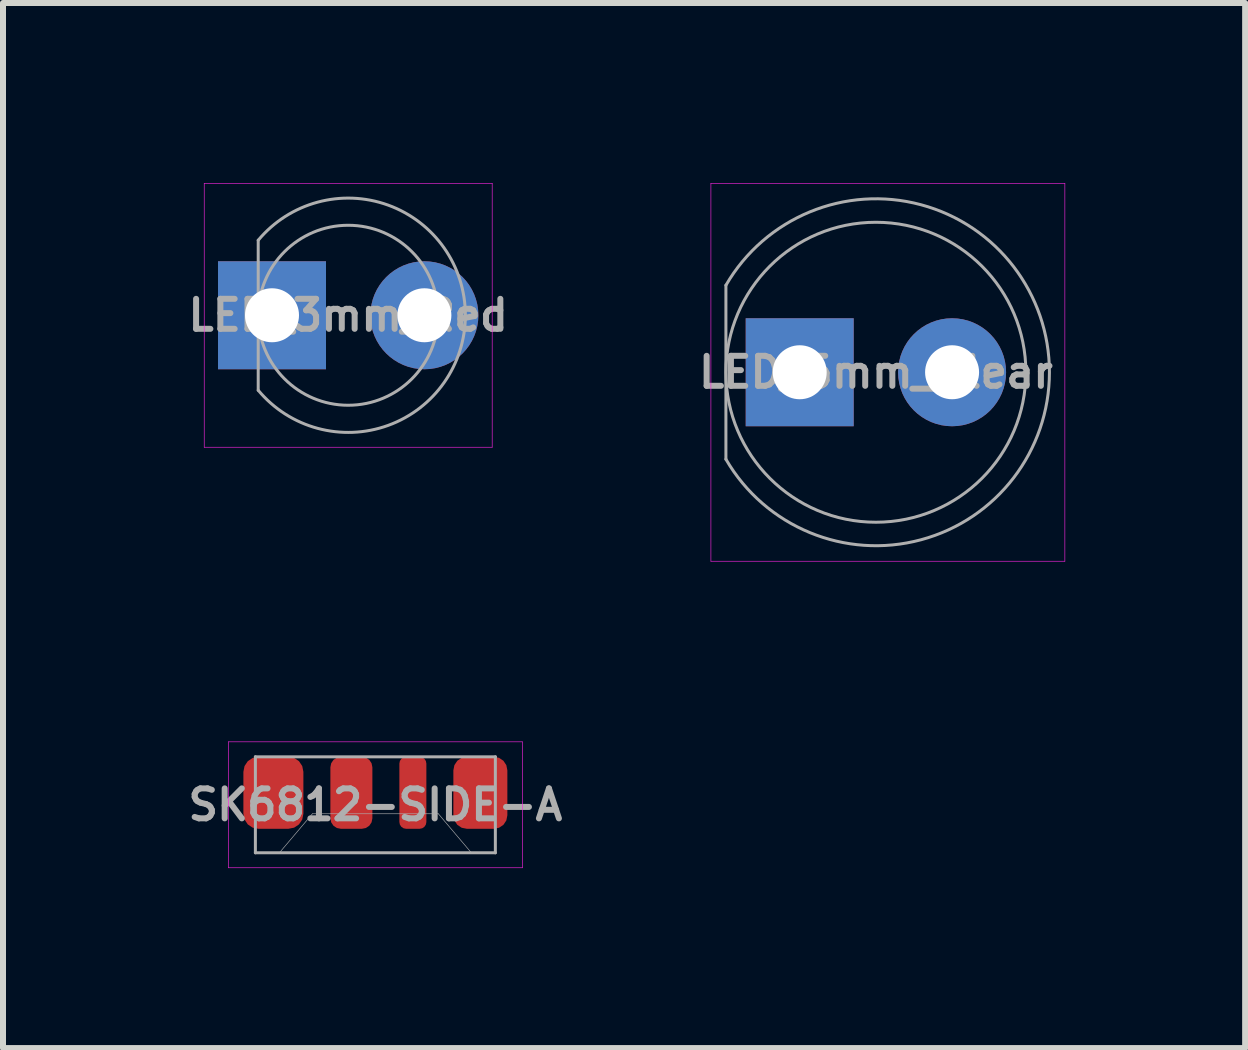
<source format=kicad_pcb>
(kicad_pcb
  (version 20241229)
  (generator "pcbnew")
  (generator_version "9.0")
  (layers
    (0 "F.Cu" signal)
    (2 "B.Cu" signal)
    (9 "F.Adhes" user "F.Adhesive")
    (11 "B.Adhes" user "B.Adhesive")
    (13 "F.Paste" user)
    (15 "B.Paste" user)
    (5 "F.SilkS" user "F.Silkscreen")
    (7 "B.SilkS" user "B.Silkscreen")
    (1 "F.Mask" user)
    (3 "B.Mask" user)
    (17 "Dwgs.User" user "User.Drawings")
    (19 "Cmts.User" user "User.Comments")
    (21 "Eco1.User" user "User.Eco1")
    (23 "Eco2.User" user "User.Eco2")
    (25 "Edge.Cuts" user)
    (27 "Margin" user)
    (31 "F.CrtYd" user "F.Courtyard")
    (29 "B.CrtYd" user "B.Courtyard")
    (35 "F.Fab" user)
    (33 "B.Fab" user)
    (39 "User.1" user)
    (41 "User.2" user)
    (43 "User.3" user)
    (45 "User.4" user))
  (footprint "LED_3mm_Red"
    (layer "F.Cu")
    (at 2.754 2.205)
    (property "Reference" "LED_3mm_Red" (at 0.000297 0 0) (layer "F.Fab") (effects (font (size 0.5 0.5) (thickness 0.1))))
    (attr through_hole)
    (fp_line (start -2.4 -2.2) (end -2.4 2.2) (stroke (width 0.01) (type solid)) (layer "F.CrtYd"))
    (fp_line (start -2.4 2.2) (end 2.4 2.2) (stroke (width 0.01) (type solid)) (layer "F.CrtYd"))
    (fp_line (start 2.4 -2.2) (end -2.4 -2.2) (stroke (width 0.01) (type solid)) (layer "F.CrtYd"))
    (fp_line (start 2.4 2.2) (end 2.4 -2.2) (stroke (width 0.01) (type solid)) (layer "F.CrtYd"))
    (fp_line (start -1.5 -1.25) (end -1.5 1.25) (stroke (width 0.05) (type solid)) (layer "F.Fab"))
    (fp_arc (start -1.5 -1.25) (mid 1.953088 0) (end -1.5 1.25) (stroke (width 0.05) (type solid)) (layer "F.Fab"))
    (fp_circle (center 0 0) (end 1.5 0) (stroke (width 0.05) (type solid)) (fill no) (layer "F.Fab"))
    (pad "1" thru_hole rect (at -1.27 0) (size 1.8 1.8) (drill 0.9) (layers "*.Cu" "*.Mask"))
    (pad "2" thru_hole circle (at 1.27 0) (size 1.8 1.8) (drill 0.9) (layers "*.Cu" "*.Mask")))
  (footprint "LED_5mm_Clear"
    (layer "F.Cu")
    (at 11.55 3.155)
    (property "Reference" "LED_5mm_Clear" (at 0.000297 0 0) (layer "F.Fab") (effects (font (size 0.5 0.5) (thickness 0.1))))
    (attr through_hole)
    (fp_line (start -2.75 -3.15) (end -2.75 3.15) (stroke (width 0.01) (type solid)) (layer "F.CrtYd"))
    (fp_line (start -2.75 3.15) (end 3.15 3.15) (stroke (width 0.01) (type solid)) (layer "F.CrtYd"))
    (fp_line (start 3.15 -3.15) (end -2.75 -3.15) (stroke (width 0.01) (type solid)) (layer "F.CrtYd"))
    (fp_line (start 3.15 3.15) (end 3.15 -3.15) (stroke (width 0.01) (type solid)) (layer "F.CrtYd"))
    (fp_line (start -2.5 -1.45) (end -2.5 1.45) (stroke (width 0.05) (type solid)) (layer "F.Fab"))
    (fp_arc (start -2.5 -1.45) (mid 2.892645 0) (end -2.5 1.45) (stroke (width 0.05) (type solid)) (layer "F.Fab"))
    (fp_circle (center 0 0) (end 2.5 0) (stroke (width 0.05) (type solid)) (fill no) (layer "F.Fab"))
    (pad "1" thru_hole rect (at -1.27 0) (size 1.8 1.8) (drill 0.9) (layers "*.Cu" "*.Mask"))
    (pad "2" thru_hole circle (at 1.27 0) (size 1.8 1.8) (drill 0.9) (layers "*.Cu" "*.Mask")))
  (footprint "SK6812-SIDE-A"
    (layer "F.Cu")
    (at 3.207 10.365)
    (property "Reference" "SK6812-SIDE-A" (at 0 0 0) (layer "F.Fab") (effects (font (size 0.5 0.5) (thickness 0.1))))
    (attr through_hole)
    (fp_line (start -2.45 -1.05) (end -2.45 1.05) (stroke (width 0.01) (type solid)) (layer "F.CrtYd"))
    (fp_line (start -2.45 1.05) (end 2.45 1.05) (stroke (width 0.01) (type solid)) (layer "F.CrtYd"))
    (fp_line (start 2.45 -1.05) (end -2.45 -1.05) (stroke (width 0.01) (type solid)) (layer "F.CrtYd"))
    (fp_line (start 2.45 1.05) (end 2.45 -1.05) (stroke (width 0.01) (type solid)) (layer "F.CrtYd"))
    (fp_line (start -2 -0.8) (end 2 -0.8) (stroke (width 0.05) (type solid)) (layer "F.Fab"))
    (fp_line (start -2 0.8) (end -2 -0.8) (stroke (width 0.05) (type solid)) (layer "F.Fab"))
    (fp_line (start -1.6 0.8) (end -1.05 0.15) (stroke (width 0.01) (type solid)) (layer "F.Fab"))
    (fp_line (start -1.05 0.15) (end 1.05 0.15) (stroke (width 0.01) (type solid)) (layer "F.Fab"))
    (fp_line (start 1.05 0.15) (end 1.6 0.8) (stroke (width 0.01) (type solid)) (layer "F.Fab"))
    (fp_line (start 2 -0.8) (end 2 0.8) (stroke (width 0.05) (type solid)) (layer "F.Fab"))
    (fp_line (start 2 0.8) (end -2 0.8) (stroke (width 0.05) (type solid)) (layer "F.Fab"))
    (pad "1" smd roundrect (at -1.7 -0.2) (size 1 1.2) (layers "F.Cu" "F.Mask" "F.Paste") (roundrect_rratio 0.25))
    (pad "2" smd roundrect (at -0.4 -0.2) (size 0.7 1.2) (layers "F.Cu" "F.Mask" "F.Paste") (roundrect_rratio 0.25))
    (pad "3" smd roundrect (at 0.625 -0.2) (size 0.45 1.2) (layers "F.Cu" "F.Mask" "F.Paste") (roundrect_rratio 0.25))
    (pad "4" smd roundrect (at 1.75 -0.2) (size 0.9 1.2) (layers "F.Cu" "F.Mask" "F.Paste") (roundrect_rratio 0.25)))
  (gr_rect
    (start -3 -3)
    (end 17.705 14.42)
    (stroke (width 0.1) (type default))
    (fill no)
    (layer "Edge.Cuts")))
</source>
